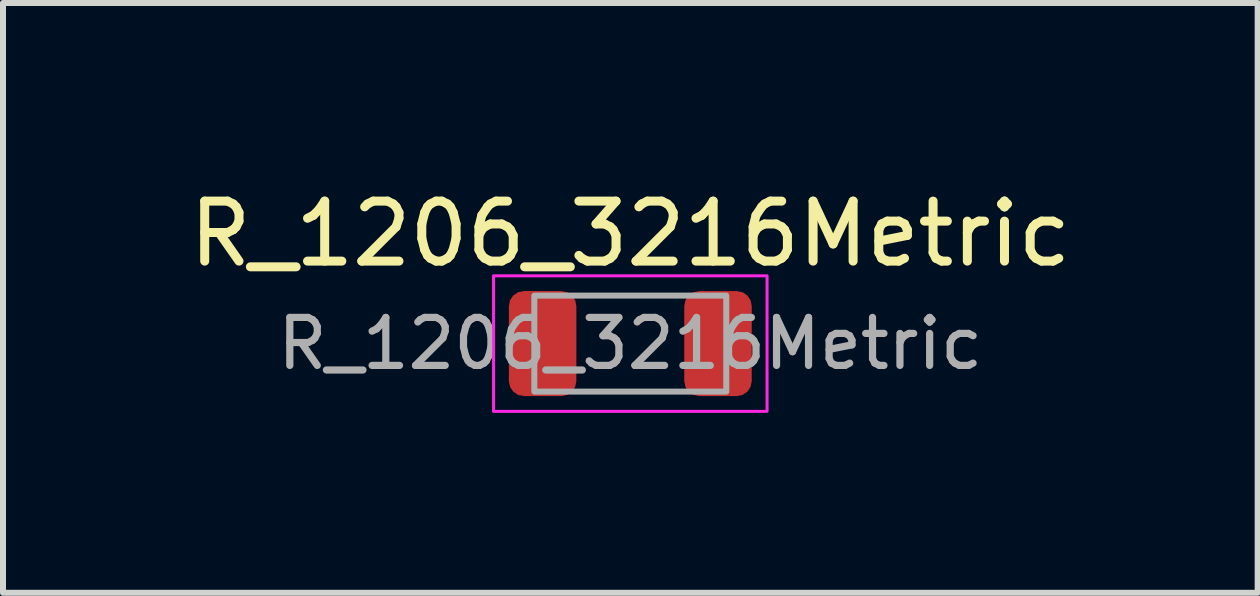
<source format=kicad_pcb>
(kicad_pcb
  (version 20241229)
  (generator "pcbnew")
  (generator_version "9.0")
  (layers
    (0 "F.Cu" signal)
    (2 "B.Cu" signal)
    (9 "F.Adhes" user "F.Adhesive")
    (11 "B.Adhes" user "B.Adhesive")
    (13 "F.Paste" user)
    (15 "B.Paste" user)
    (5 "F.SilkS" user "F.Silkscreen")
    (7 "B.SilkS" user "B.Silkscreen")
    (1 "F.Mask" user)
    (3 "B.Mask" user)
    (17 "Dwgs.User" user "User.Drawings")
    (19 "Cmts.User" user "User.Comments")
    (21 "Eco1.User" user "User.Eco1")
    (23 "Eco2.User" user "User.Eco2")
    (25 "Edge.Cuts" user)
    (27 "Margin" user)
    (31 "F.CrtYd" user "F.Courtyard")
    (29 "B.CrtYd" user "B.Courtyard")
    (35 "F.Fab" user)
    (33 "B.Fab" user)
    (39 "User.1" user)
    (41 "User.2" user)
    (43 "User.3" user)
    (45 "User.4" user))
  (footprint "R_1206_3216Metric"
    (layer "F.Cu")
    (at 7.458 2.678)
    (property "Reference" "R_1206_3216Metric" (at 0 -1.83 0) (layer "F.SilkS") (effects (font (size 1 1) (thickness 0.15))))
    (attr smd)
    (fp_rect (start -2.28 -1.13) (end 2.28 1.13) (stroke (width 0.05) (type solid)) (fill no) (layer "F.CrtYd"))
    (fp_rect (start -1.6 -0.8) (end 1.6 0.8) (stroke (width 0.1) (type solid)) (fill no) (layer "F.Fab"))
    (fp_text user "${REFERENCE}" (at 0 0 0) (layer "F.Fab") (effects (font (size 0.8 0.8) (thickness 0.12))))
    (pad "1" smd roundrect (at -1.462 0) (size 1.125 1.75) (layers "F.Cu" "F.Mask" "F.Paste") (roundrect_rratio 0.222))
    (pad "2" smd roundrect (at 1.462 0) (size 1.125 1.75) (layers "F.Cu" "F.Mask" "F.Paste") (roundrect_rratio 0.222)))
  (gr_rect
    (start -3 -3)
    (end 17.917 6.833)
    (stroke (width 0.1) (type default))
    (fill no)
    (layer "Edge.Cuts")))
</source>
